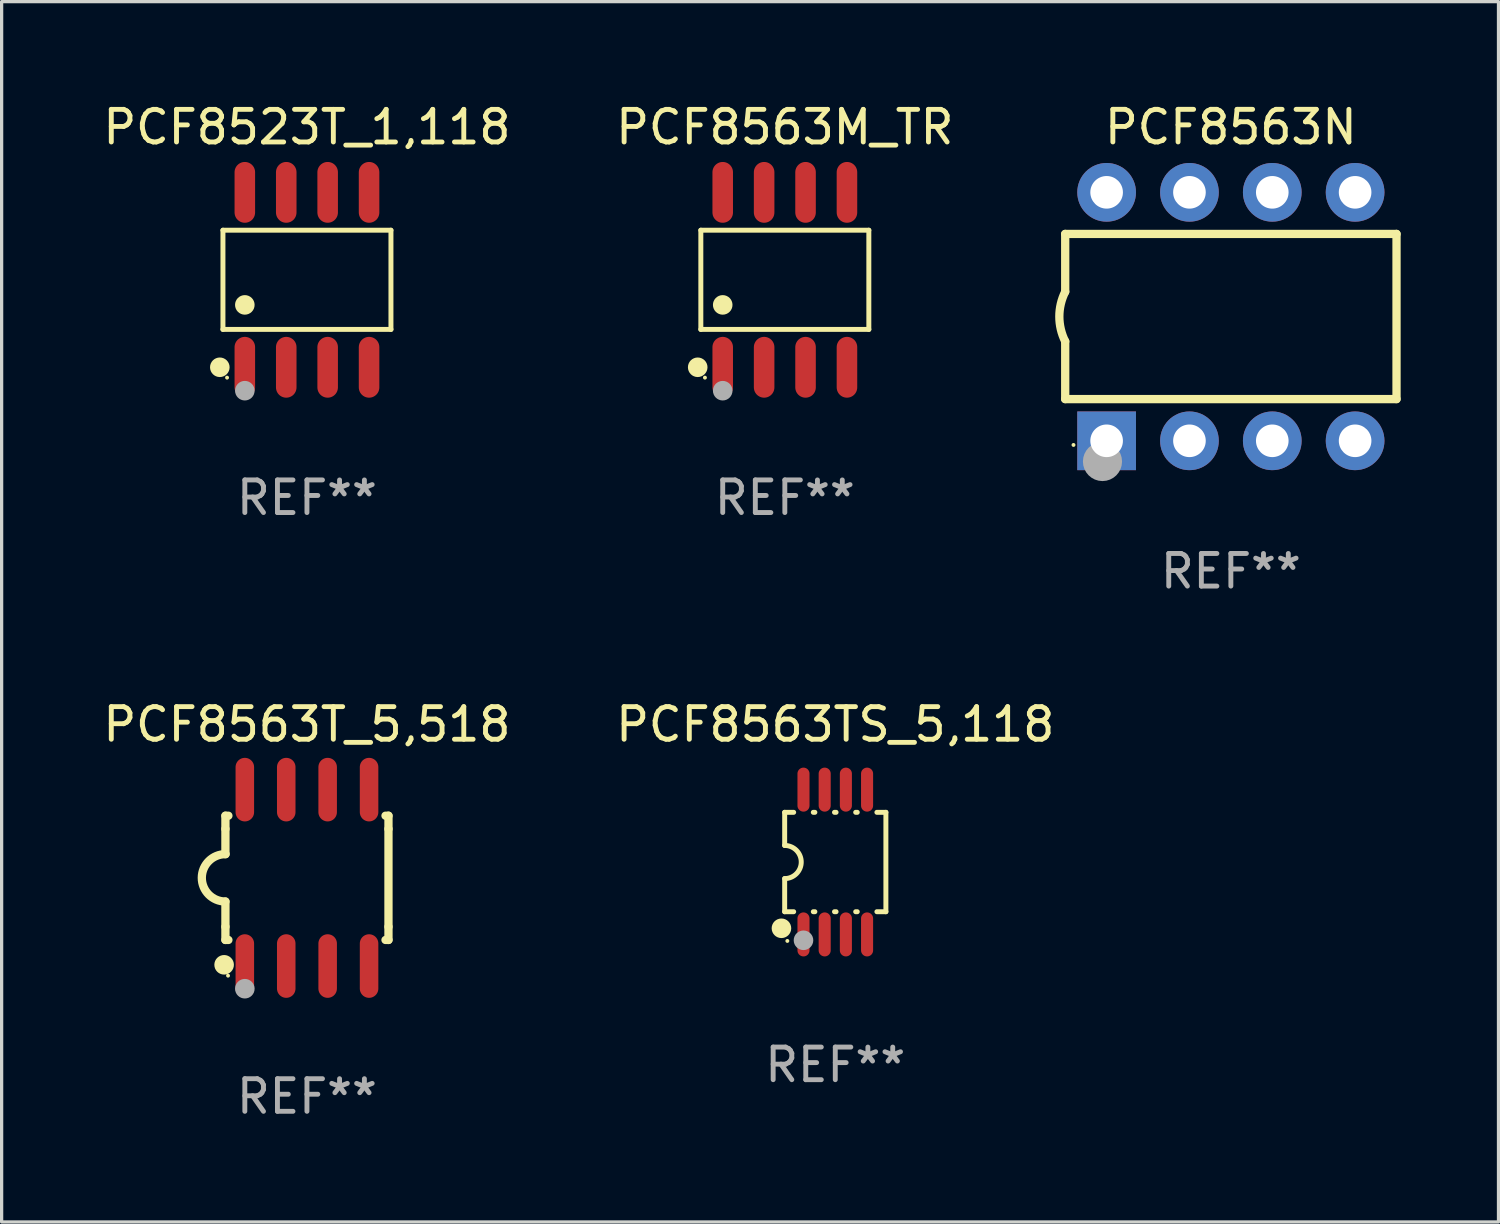
<source format=kicad_pcb>
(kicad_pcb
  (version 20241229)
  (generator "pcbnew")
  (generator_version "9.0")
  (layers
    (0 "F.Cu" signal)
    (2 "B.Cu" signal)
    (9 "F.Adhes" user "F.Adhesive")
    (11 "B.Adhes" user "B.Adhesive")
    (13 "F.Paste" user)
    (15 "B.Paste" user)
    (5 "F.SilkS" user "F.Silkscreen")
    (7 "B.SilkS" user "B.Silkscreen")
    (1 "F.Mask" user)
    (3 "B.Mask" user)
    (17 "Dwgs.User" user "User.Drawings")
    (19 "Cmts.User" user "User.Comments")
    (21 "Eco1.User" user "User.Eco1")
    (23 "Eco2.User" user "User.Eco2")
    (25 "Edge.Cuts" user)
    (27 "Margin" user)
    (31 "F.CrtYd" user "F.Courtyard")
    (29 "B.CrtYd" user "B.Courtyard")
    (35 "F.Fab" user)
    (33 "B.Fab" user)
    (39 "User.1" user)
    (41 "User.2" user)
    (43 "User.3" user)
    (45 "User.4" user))
  (footprint "PCF8563T_5,518"
    (layer "F.Cu")
    (at 6.363 23.87)
    (property "Reference" "PCF8563T_5,518" (at 0 -4.705 0) (layer "F.SilkS") (effects (font (size 1 1) (thickness 0.15))))
    (attr through_hole)
    (fp_line (start -2.5 -1.905) (end -2.409 -1.905) (stroke (width 0.254) (type solid)) (layer "F.SilkS"))
    (fp_line (start -2.5 -1.5) (end -2.5 -1.905) (stroke (width 0.254) (type solid)) (layer "F.SilkS"))
    (fp_line (start -2.5 -1.5) (end -2.5 -0.726) (stroke (width 0.254) (type solid)) (layer "F.SilkS"))
    (fp_line (start -2.5 1.5) (end -2.5 0.727) (stroke (width 0.254) (type solid)) (layer "F.SilkS"))
    (fp_line (start -2.5 1.5) (end -2.5 1.905) (stroke (width 0.254) (type solid)) (layer "F.SilkS"))
    (fp_line (start -2.5 1.905) (end -2.409 1.905) (stroke (width 0.254) (type solid)) (layer "F.SilkS"))
    (fp_line (start 2.5 -1.905) (end 2.409 -1.905) (stroke (width 0.254) (type solid)) (layer "F.SilkS"))
    (fp_line (start 2.5 -1.5) (end 2.5 -1.905) (stroke (width 0.254) (type solid)) (layer "F.SilkS"))
    (fp_line (start 2.5 -1.5) (end 2.5 1.5) (stroke (width 0.254) (type solid)) (layer "F.SilkS"))
    (fp_line (start 2.5 1.5) (end 2.5 1.905) (stroke (width 0.254) (type solid)) (layer "F.SilkS"))
    (fp_line (start 2.5 1.905) (end 2.409 1.905) (stroke (width 0.254) (type solid)) (layer "F.SilkS"))
    (fp_arc (start -2.5 0.726568) (mid -3.220316 -0.0023) (end -2.495097 -0.726289) (stroke (width 0.254001) (type solid)) (layer "F.SilkS"))
    (fp_circle (center -2.54 2.667) (end -2.39 2.667) (stroke (width 0.3) (type solid)) (fill no) (layer "F.SilkS"))
    (fp_circle (center -2.42 3) (end -2.39 3) (stroke (width 0.06) (type solid)) (fill no) (layer "F.SilkS"))
    (fp_circle (center -1.905 3.4) (end -1.755 3.4) (stroke (width 0.3) (type solid)) (fill no) (layer "F.Fab"))
    (fp_text user "REF**" (at 0 6.705 0) (layer "F.Fab") (effects (font (size 1 1) (thickness 0.15))))
    (pad "1" smd oval (at -1.905 2.705) (size 0.568 1.95) (layers "F.Cu" "F.Mask" "F.Paste"))
    (pad "2" smd oval (at -0.635 2.705) (size 0.568 1.95) (layers "F.Cu" "F.Mask" "F.Paste"))
    (pad "3" smd oval (at 0.635 2.705) (size 0.568 1.95) (layers "F.Cu" "F.Mask" "F.Paste"))
    (pad "4" smd oval (at 1.905 2.705) (size 0.568 1.95) (layers "F.Cu" "F.Mask" "F.Paste"))
    (pad "5" smd oval (at 1.905 -2.705) (size 0.568 1.95) (layers "F.Cu" "F.Mask" "F.Paste"))
    (pad "6" smd oval (at 0.635 -2.705) (size 0.568 1.95) (layers "F.Cu" "F.Mask" "F.Paste"))
    (pad "7" smd oval (at -0.635 -2.705) (size 0.568 1.95) (layers "F.Cu" "F.Mask" "F.Paste"))
    (pad "8" smd oval (at -1.905 -2.705) (size 0.568 1.95) (layers "F.Cu" "F.Mask" "F.Paste")))
  (footprint "PCF8563N"
    (layer "F.Cu")
    (at 34.696 6.658)
    (property "Reference" "PCF8563N" (at 0 -5.81 0) (layer "F.SilkS") (effects (font (size 1 1) (thickness 0.15))))
    (attr through_hole)
    (fp_line (start -5.08 -2.534) (end 5.08 -2.534) (stroke (width 0.254) (type solid)) (layer "F.SilkS"))
    (fp_line (start -5.08 -0.762) (end -5.08 -2.534) (stroke (width 0.254) (type solid)) (layer "F.SilkS"))
    (fp_line (start -5.08 2.531) (end -5.08 0.762) (stroke (width 0.254) (type solid)) (layer "F.SilkS"))
    (fp_line (start -5.08 2.531) (end 5.08 2.531) (stroke (width 0.254) (type solid)) (layer "F.SilkS"))
    (fp_line (start 5.08 2.531) (end 5.08 -2.534) (stroke (width 0.254) (type solid)) (layer "F.SilkS"))
    (fp_arc (start -5.08001 0.762001) (mid -5.259894 0) (end -5.08001 -0.762002) (stroke (width 0.254001) (type solid)) (layer "F.SilkS"))
    (fp_circle (center -4.826 3.937) (end -4.796 3.937) (stroke (width 0.06) (type solid)) (fill no) (layer "F.SilkS"))
    (fp_circle (center -3.937 4.445) (end -3.637 4.445) (stroke (width 0.6) (type solid)) (fill no) (layer "F.Fab"))
    (fp_text user "REF**" (at 0 7.81 0) (layer "F.Fab") (effects (font (size 1 1) (thickness 0.15))))
    (pad "1" thru_hole rect (at -3.81 3.81) (size 1.8 1.8) (drill 1) (layers "*.Cu" "*.Mask"))
    (pad "2" thru_hole circle (at -1.27 3.81) (size 1.8 1.8) (drill 1) (layers "*.Cu" "*.Mask"))
    (pad "3" thru_hole circle (at 1.27 3.81) (size 1.8 1.8) (drill 1) (layers "*.Cu" "*.Mask"))
    (pad "4" thru_hole circle (at 3.81 3.81) (size 1.8 1.8) (drill 1) (layers "*.Cu" "*.Mask"))
    (pad "5" thru_hole circle (at 3.81 -3.81) (size 1.8 1.8) (drill 1) (layers "*.Cu" "*.Mask"))
    (pad "6" thru_hole circle (at 1.27 -3.81) (size 1.8 1.8) (drill 1) (layers "*.Cu" "*.Mask"))
    (pad "7" thru_hole circle (at -1.27 -3.81) (size 1.8 1.8) (drill 1) (layers "*.Cu" "*.Mask"))
    (pad "8" thru_hole circle (at -3.81 -3.81) (size 1.8 1.8) (drill 1) (layers "*.Cu" "*.Mask")))
  (footprint "PCF8523T_1,118"
    (layer "F.Cu")
    (at 6.363 5.531)
    (property "Reference" "PCF8523T_1,118" (at 0 -4.682 0) (layer "F.SilkS") (effects (font (size 1 1) (thickness 0.15))))
    (attr through_hole)
    (fp_line (start -2.576 -1.521) (end 2.576 -1.521) (stroke (width 0.152) (type solid)) (layer "F.SilkS"))
    (fp_line (start -2.576 1.521) (end -2.576 -1.521) (stroke (width 0.152) (type solid)) (layer "F.SilkS"))
    (fp_line (start 2.576 -1.521) (end 2.576 1.521) (stroke (width 0.152) (type solid)) (layer "F.SilkS"))
    (fp_line (start 2.576 1.521) (end -2.576 1.521) (stroke (width 0.152) (type solid)) (layer "F.SilkS"))
    (fp_circle (center -2.672 2.682) (end -2.522 2.682) (stroke (width 0.3) (type solid)) (fill no) (layer "F.SilkS"))
    (fp_circle (center -2.45 3) (end -2.42 3) (stroke (width 0.06) (type solid)) (fill no) (layer "F.SilkS"))
    (fp_circle (center -1.905 0.769) (end -1.755 0.769) (stroke (width 0.3) (type solid)) (fill no) (layer "F.SilkS"))
    (fp_circle (center -1.905 3.4) (end -1.755 3.4) (stroke (width 0.3) (type solid)) (fill no) (layer "F.Fab"))
    (fp_text user "REF**" (at 0 6.682 0) (layer "F.Fab") (effects (font (size 1 1) (thickness 0.15))))
    (pad "1" smd oval (at -1.905 2.682) (size 0.63 1.865) (layers "F.Cu" "F.Mask" "F.Paste"))
    (pad "2" smd oval (at -0.635 2.682) (size 0.63 1.865) (layers "F.Cu" "F.Mask" "F.Paste"))
    (pad "3" smd oval (at 0.635 2.682) (size 0.63 1.865) (layers "F.Cu" "F.Mask" "F.Paste"))
    (pad "4" smd oval (at 1.905 2.682) (size 0.63 1.865) (layers "F.Cu" "F.Mask" "F.Paste"))
    (pad "5" smd oval (at 1.905 -2.682) (size 0.63 1.865) (layers "F.Cu" "F.Mask" "F.Paste"))
    (pad "6" smd oval (at 0.635 -2.682) (size 0.63 1.865) (layers "F.Cu" "F.Mask" "F.Paste"))
    (pad "7" smd oval (at -0.635 -2.682) (size 0.63 1.865) (layers "F.Cu" "F.Mask" "F.Paste"))
    (pad "8" smd oval (at -1.905 -2.682) (size 0.63 1.865) (layers "F.Cu" "F.Mask" "F.Paste")))
  (footprint "PCF8563TS_5,118"
    (layer "F.Cu")
    (at 22.565 23.385)
    (property "Reference" "PCF8563TS_5,118" (at 0 -4.22 0) (layer "F.SilkS") (effects (font (size 1 1) (thickness 0.15))))
    (attr through_hole)
    (fp_line (start -1.552 -1.524) (end -1.276 -1.524) (stroke (width 0.152) (type solid)) (layer "F.SilkS"))
    (fp_line (start -1.552 -0.508) (end -1.552 -1.524) (stroke (width 0.152) (type solid)) (layer "F.SilkS"))
    (fp_line (start -1.552 1.524) (end -1.552 0.508) (stroke (width 0.152) (type solid)) (layer "F.SilkS"))
    (fp_line (start -1.552 1.524) (end -1.276 1.524) (stroke (width 0.152) (type solid)) (layer "F.SilkS"))
    (fp_line (start -0.674 -1.524) (end -0.626 -1.524) (stroke (width 0.152) (type solid)) (layer "F.SilkS"))
    (fp_line (start -0.674 1.524) (end -0.626 1.524) (stroke (width 0.152) (type solid)) (layer "F.SilkS"))
    (fp_line (start -0.024 -1.524) (end 0.024 -1.524) (stroke (width 0.152) (type solid)) (layer "F.SilkS"))
    (fp_line (start -0.024 1.524) (end 0.024 1.524) (stroke (width 0.152) (type solid)) (layer "F.SilkS"))
    (fp_line (start 0.626 -1.524) (end 0.674 -1.524) (stroke (width 0.152) (type solid)) (layer "F.SilkS"))
    (fp_line (start 0.626 1.524) (end 0.674 1.524) (stroke (width 0.152) (type solid)) (layer "F.SilkS"))
    (fp_line (start 1.276 1.524) (end 1.552 1.524) (stroke (width 0.152) (type solid)) (layer "F.SilkS"))
    (fp_line (start 1.276 -1.524) (end 1.552 -1.524) (stroke (width 0.152) (type solid)) (layer "F.SilkS"))
    (fp_line (start 1.552 -1.524) (end 1.552 1.524) (stroke (width 0.152) (type solid)) (layer "F.SilkS"))
    (fp_arc (start -1.551943 -0.508001) (mid -1.043942 0) (end -1.551943 0.508001) (stroke (width 0.151994) (type solid)) (layer "F.SilkS"))
    (fp_circle (center -1.651 2.032) (end -1.501 2.032) (stroke (width 0.3) (type solid)) (fill no) (layer "F.SilkS"))
    (fp_circle (center -1.47 2.42) (end -1.44 2.42) (stroke (width 0.06) (type solid)) (fill no) (layer "F.SilkS"))
    (fp_circle (center -0.975 2.4) (end -0.825 2.4) (stroke (width 0.3) (type solid)) (fill no) (layer "F.Fab"))
    (fp_text user "REF**" (at 0 6.22 0) (layer "F.Fab") (effects (font (size 1 1) (thickness 0.15))))
    (pad "1" smd oval (at -0.975 2.22) (size 0.37 1.35) (layers "F.Cu" "F.Mask" "F.Paste"))
    (pad "2" smd oval (at -0.325 2.22) (size 0.37 1.35) (layers "F.Cu" "F.Mask" "F.Paste"))
    (pad "3" smd oval (at 0.325 2.22) (size 0.37 1.35) (layers "F.Cu" "F.Mask" "F.Paste"))
    (pad "4" smd oval (at 0.975 2.22) (size 0.37 1.35) (layers "F.Cu" "F.Mask" "F.Paste"))
    (pad "5" smd oval (at 0.975 -2.22) (size 0.37 1.35) (layers "F.Cu" "F.Mask" "F.Paste"))
    (pad "6" smd oval (at 0.325 -2.22) (size 0.37 1.35) (layers "F.Cu" "F.Mask" "F.Paste"))
    (pad "7" smd oval (at -0.325 -2.22) (size 0.37 1.35) (layers "F.Cu" "F.Mask" "F.Paste"))
    (pad "8" smd oval (at -0.975 -2.22) (size 0.37 1.35) (layers "F.Cu" "F.Mask" "F.Paste")))
  (footprint "PCF8563M_TR"
    (layer "F.Cu")
    (at 21.018 5.531)
    (property "Reference" "PCF8563M_TR" (at 0 -4.682 0) (layer "F.SilkS") (effects (font (size 1 1) (thickness 0.15))))
    (attr through_hole)
    (fp_line (start -2.576 -1.521) (end 2.576 -1.521) (stroke (width 0.152) (type solid)) (layer "F.SilkS"))
    (fp_line (start -2.576 1.521) (end -2.576 -1.521) (stroke (width 0.152) (type solid)) (layer "F.SilkS"))
    (fp_line (start 2.576 -1.521) (end 2.576 1.521) (stroke (width 0.152) (type solid)) (layer "F.SilkS"))
    (fp_line (start 2.576 1.521) (end -2.576 1.521) (stroke (width 0.152) (type solid)) (layer "F.SilkS"))
    (fp_circle (center -2.672 2.682) (end -2.522 2.682) (stroke (width 0.3) (type solid)) (fill no) (layer "F.SilkS"))
    (fp_circle (center -2.45 3) (end -2.42 3) (stroke (width 0.06) (type solid)) (fill no) (layer "F.SilkS"))
    (fp_circle (center -1.905 0.769) (end -1.755 0.769) (stroke (width 0.3) (type solid)) (fill no) (layer "F.SilkS"))
    (fp_circle (center -1.905 3.4) (end -1.755 3.4) (stroke (width 0.3) (type solid)) (fill no) (layer "F.Fab"))
    (fp_text user "REF**" (at 0 6.682 0) (layer "F.Fab") (effects (font (size 1 1) (thickness 0.15))))
    (pad "1" smd oval (at -1.905 2.682) (size 0.63 1.865) (layers "F.Cu" "F.Mask" "F.Paste"))
    (pad "2" smd oval (at -0.635 2.682) (size 0.63 1.865) (layers "F.Cu" "F.Mask" "F.Paste"))
    (pad "3" smd oval (at 0.635 2.682) (size 0.63 1.865) (layers "F.Cu" "F.Mask" "F.Paste"))
    (pad "4" smd oval (at 1.905 2.682) (size 0.63 1.865) (layers "F.Cu" "F.Mask" "F.Paste"))
    (pad "5" smd oval (at 1.905 -2.682) (size 0.63 1.865) (layers "F.Cu" "F.Mask" "F.Paste"))
    (pad "6" smd oval (at 0.635 -2.682) (size 0.63 1.865) (layers "F.Cu" "F.Mask" "F.Paste"))
    (pad "7" smd oval (at -0.635 -2.682) (size 0.63 1.865) (layers "F.Cu" "F.Mask" "F.Paste"))
    (pad "8" smd oval (at -1.905 -2.682) (size 0.63 1.865) (layers "F.Cu" "F.Mask" "F.Paste")))
  (gr_rect
    (start -3 -3)
    (end 42.903 34.423)
    (stroke (width 0.1) (type default))
    (fill no)
    (layer "Edge.Cuts")))
</source>
